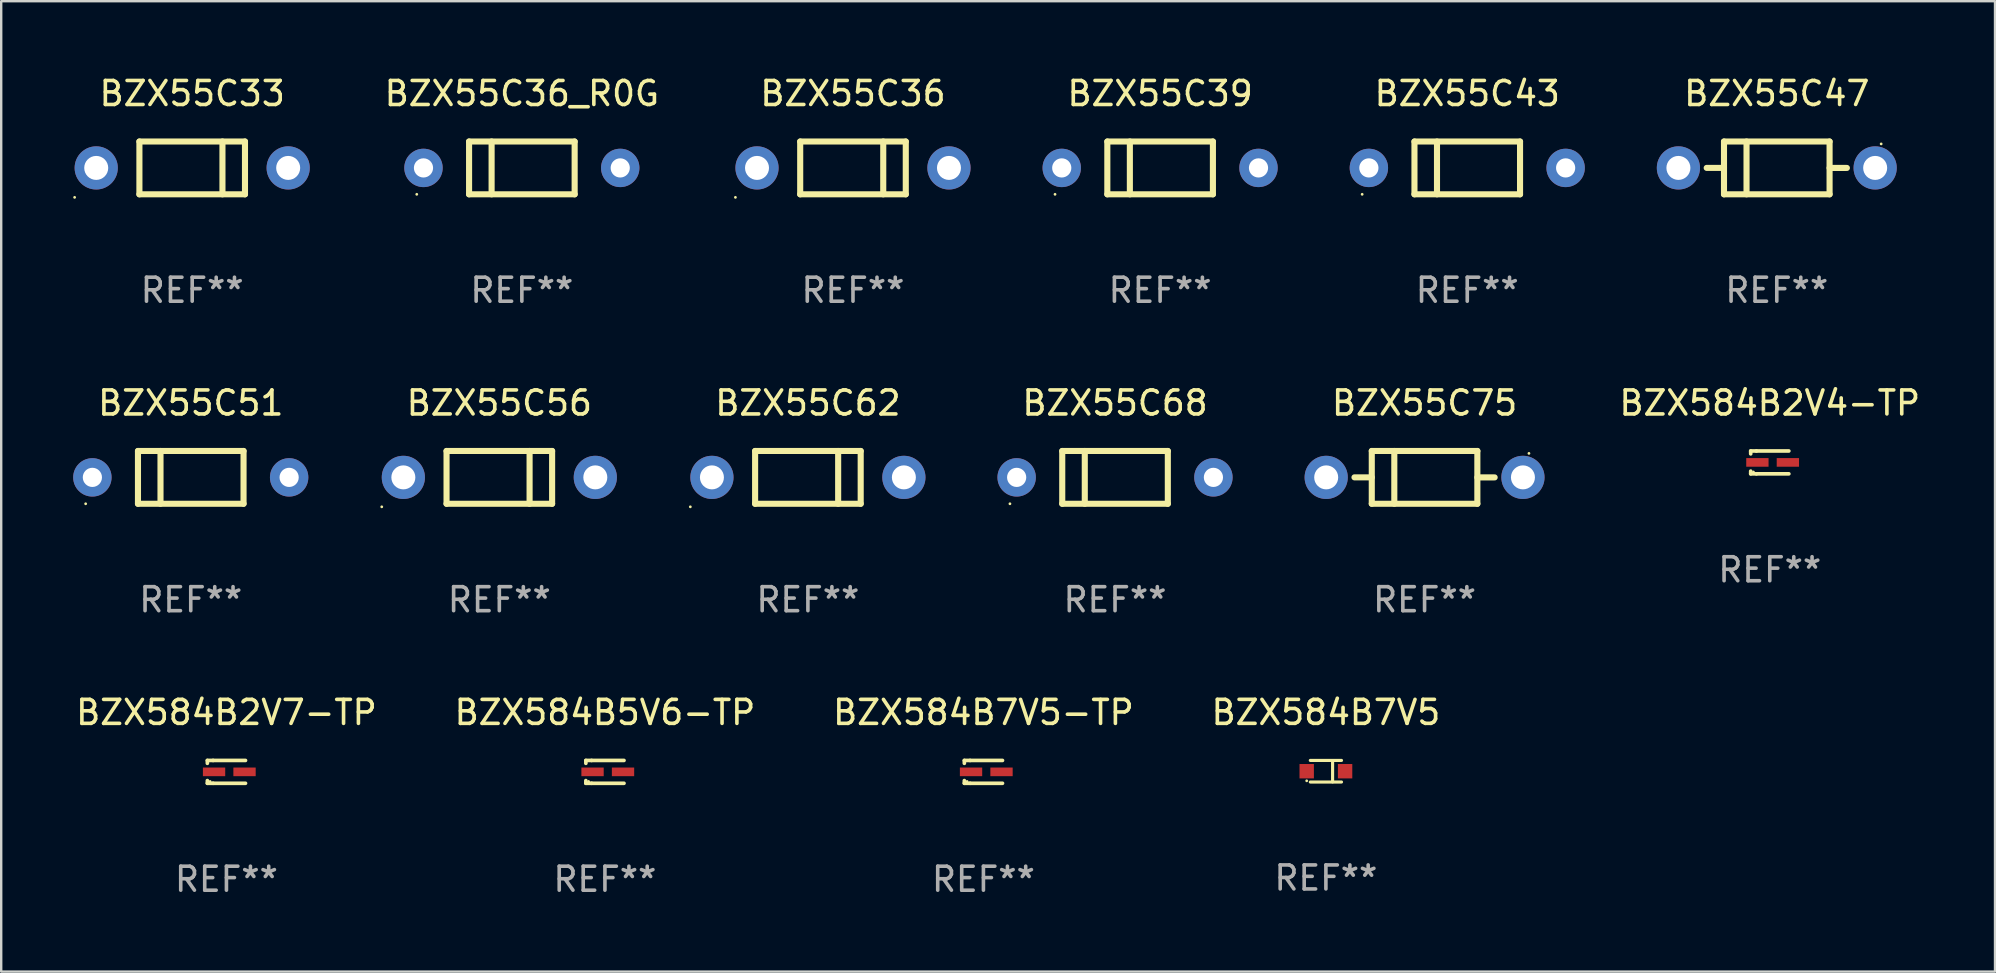
<source format=kicad_pcb>
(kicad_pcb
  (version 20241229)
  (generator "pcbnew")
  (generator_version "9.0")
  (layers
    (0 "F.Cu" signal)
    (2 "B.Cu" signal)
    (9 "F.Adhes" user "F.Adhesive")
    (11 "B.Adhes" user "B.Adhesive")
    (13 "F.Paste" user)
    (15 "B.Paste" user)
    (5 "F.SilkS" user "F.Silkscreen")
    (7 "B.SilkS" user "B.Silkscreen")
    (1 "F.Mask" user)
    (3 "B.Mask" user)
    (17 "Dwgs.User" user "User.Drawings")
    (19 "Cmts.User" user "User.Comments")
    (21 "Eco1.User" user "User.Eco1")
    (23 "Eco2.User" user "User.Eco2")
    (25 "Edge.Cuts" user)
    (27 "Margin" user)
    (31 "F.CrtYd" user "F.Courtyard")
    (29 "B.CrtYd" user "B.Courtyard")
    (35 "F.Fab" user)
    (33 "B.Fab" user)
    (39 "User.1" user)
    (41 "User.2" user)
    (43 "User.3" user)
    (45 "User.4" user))
  (footprint "BZX584B7V5"
    (layer "F.Cu")
    (at 52.208 29.091)
    (property "Reference" "BZX584B7V5" (at 0 -2.45 0) (layer "F.SilkS") (effects (font (size 1 1) (thickness 0.15))))
    (attr through_hole)
    (fp_line (start -0.65 -0.45) (end 0.65 -0.45) (stroke (width 0.13) (type solid)) (layer "F.SilkS"))
    (fp_line (start -0.65 0.45) (end 0.65 0.45) (stroke (width 0.13) (type solid)) (layer "F.SilkS"))
    (fp_line (start 0.279 -0.406) (end 0.279 0.444) (stroke (width 0.13) (type solid)) (layer "F.SilkS"))
    (fp_circle (center -0.8 0.4) (end -0.77 0.4) (stroke (width 0.06) (type solid)) (fill no) (layer "F.SilkS"))
    (fp_text user "REF**" (at 0 4.45 0) (layer "F.Fab") (effects (font (size 1 1) (thickness 0.15))))
    (pad "1" smd rect (at -0.8 0) (size 0.6 0.6) (layers "F.Cu" "F.Mask" "F.Paste"))
    (pad "2" smd rect (at 0.8 0 180) (size 0.6 0.6) (layers "F.Cu" "F.Mask" "F.Paste")))
  (footprint "BZX584B5V6-TP"
    (layer "F.Cu")
    (at 22.161 29.118)
    (property "Reference" "BZX584B5V6-TP" (at 0 -2.476 0) (layer "F.SilkS") (effects (font (size 1 1) (thickness 0.15))))
    (attr through_hole)
    (fp_line (start -0.795 -0.476) (end -0.795 -0.356) (stroke (width 0.152) (type solid)) (layer "F.SilkS"))
    (fp_line (start -0.795 0.363) (end -0.795 0.476) (stroke (width 0.152) (type solid)) (layer "F.SilkS"))
    (fp_line (start -0.795 0.476) (end -0.557 0.476) (stroke (width 0.152) (type solid)) (layer "F.SilkS"))
    (fp_line (start -0.557 -0.476) (end -0.795 -0.476) (stroke (width 0.152) (type solid)) (layer "F.SilkS"))
    (fp_line (start -0.557 -0.476) (end 0.795 -0.476) (stroke (width 0.152) (type solid)) (layer "F.SilkS"))
    (fp_line (start -0.557 0.476) (end 0.795 0.476) (stroke (width 0.152) (type solid)) (layer "F.SilkS"))
    (fp_circle (center -0.681 0.4) (end -0.651 0.4) (stroke (width 0.06) (type solid)) (fill no) (layer "F.SilkS"))
    (fp_text user "REF**" (at 0 4.476 0) (layer "F.Fab") (effects (font (size 1 1) (thickness 0.15))))
    (pad "1" smd rect (at -0.516 0 180) (size 0.93 0.36) (layers "F.Cu" "F.Mask" "F.Paste"))
    (pad "2" smd rect (at 0.754 0 180) (size 0.93 0.36) (layers "F.Cu" "F.Mask" "F.Paste")))
  (footprint "BZX55C75"
    (layer "F.Cu")
    (at 56.32 16.845)
    (property "Reference" "BZX55C75" (at 0 -3.1 0) (layer "F.SilkS") (effects (font (size 1 1) (thickness 0.15))))
    (attr through_hole)
    (fp_line (start -2.2 -1.1) (end -2.2 1.1) (stroke (width 0.254) (type solid)) (layer "F.SilkS"))
    (fp_line (start -2.2 -1.1) (end 2.2 -1.1) (stroke (width 0.254) (type solid)) (layer "F.SilkS"))
    (fp_line (start -2.2 -0.001) (end -2.921 -0.001) (stroke (width 0.254) (type solid)) (layer "F.SilkS"))
    (fp_line (start -2.2 1.1) (end 2.2 1.1) (stroke (width 0.254) (type solid)) (layer "F.SilkS"))
    (fp_line (start -1.261 -1.1) (end -1.261 1.1) (stroke (width 0.254) (type solid)) (layer "F.SilkS"))
    (fp_line (start 2.2 -1.1) (end 2.2 1.1) (stroke (width 0.254) (type solid)) (layer "F.SilkS"))
    (fp_line (start 2.2 0.001) (end 2.921 0.001) (stroke (width 0.254) (type solid)) (layer "F.SilkS"))
    (fp_circle (center 4.35 -1) (end 4.38 -1) (stroke (width 0.06) (type solid)) (fill no) (layer "F.SilkS"))
    (fp_text user "REF**" (at 0 5.1 0) (layer "F.Fab") (effects (font (size 1 1) (thickness 0.15))))
    (pad "1" thru_hole circle (at 4.1 0) (size 1.8 1.8) (drill 1) (layers "*.Cu" "*.Mask"))
    (pad "2" thru_hole circle (at -4.1 0) (size 1.8 1.8) (drill 1) (layers "*.Cu" "*.Mask")))
  (footprint "BZX584B2V4-TP"
    (layer "F.Cu")
    (at 70.707 16.221)
    (property "Reference" "BZX584B2V4-TP" (at 0 -2.476 0) (layer "F.SilkS") (effects (font (size 1 1) (thickness 0.15))))
    (attr through_hole)
    (fp_line (start -0.795 -0.476) (end -0.795 -0.356) (stroke (width 0.152) (type solid)) (layer "F.SilkS"))
    (fp_line (start -0.795 0.363) (end -0.795 0.476) (stroke (width 0.152) (type solid)) (layer "F.SilkS"))
    (fp_line (start -0.795 0.476) (end -0.557 0.476) (stroke (width 0.152) (type solid)) (layer "F.SilkS"))
    (fp_line (start -0.557 -0.476) (end -0.795 -0.476) (stroke (width 0.152) (type solid)) (layer "F.SilkS"))
    (fp_line (start -0.557 -0.476) (end 0.795 -0.476) (stroke (width 0.152) (type solid)) (layer "F.SilkS"))
    (fp_line (start -0.557 0.476) (end 0.795 0.476) (stroke (width 0.152) (type solid)) (layer "F.SilkS"))
    (fp_circle (center -0.681 0.4) (end -0.651 0.4) (stroke (width 0.06) (type solid)) (fill no) (layer "F.SilkS"))
    (fp_text user "REF**" (at 0 4.476 0) (layer "F.Fab") (effects (font (size 1 1) (thickness 0.15))))
    (pad "1" smd rect (at -0.516 0 180) (size 0.93 0.36) (layers "F.Cu" "F.Mask" "F.Paste"))
    (pad "2" smd rect (at 0.754 0 180) (size 0.93 0.36) (layers "F.Cu" "F.Mask" "F.Paste")))
  (footprint "BZX55C36"
    (layer "F.Cu")
    (at 32.499 3.948)
    (property "Reference" "BZX55C36" (at 0 -3.1 0) (layer "F.SilkS") (effects (font (size 1 1) (thickness 0.15))))
    (attr through_hole)
    (fp_line (start -2.2 1.1) (end -2.2 -1.1) (stroke (width 0.254) (type solid)) (layer "F.SilkS"))
    (fp_line (start 1.261 1.1) (end 1.261 -1.1) (stroke (width 0.254) (type solid)) (layer "F.SilkS"))
    (fp_line (start 2.2 -1.1) (end -2.2 -1.1) (stroke (width 0.254) (type solid)) (layer "F.SilkS"))
    (fp_line (start 2.2 1.1) (end -2.2 1.1) (stroke (width 0.254) (type solid)) (layer "F.SilkS"))
    (fp_line (start 2.2 1.1) (end 2.2 -1.1) (stroke (width 0.254) (type solid)) (layer "F.SilkS"))
    (fp_circle (center -4.9 1.227) (end -4.87 1.227) (stroke (width 0.06) (type solid)) (fill no) (layer "F.SilkS"))
    (fp_text user "REF**" (at 0 5.1 0) (layer "F.Fab") (effects (font (size 1 1) (thickness 0.15))))
    (pad "1" thru_hole circle (at -4 0) (size 1.8 1.8) (drill 1) (layers "*.Cu" "*.Mask"))
    (pad "2" thru_hole circle (at 4 0) (size 1.8 1.8) (drill 1) (layers "*.Cu" "*.Mask")))
  (footprint "BZX584B7V5-TP"
    (layer "F.Cu")
    (at 37.935 29.118)
    (property "Reference" "BZX584B7V5-TP" (at 0 -2.476 0) (layer "F.SilkS") (effects (font (size 1 1) (thickness 0.15))))
    (attr through_hole)
    (fp_line (start -0.795 -0.476) (end -0.795 -0.356) (stroke (width 0.152) (type solid)) (layer "F.SilkS"))
    (fp_line (start -0.795 0.363) (end -0.795 0.476) (stroke (width 0.152) (type solid)) (layer "F.SilkS"))
    (fp_line (start -0.795 0.476) (end -0.557 0.476) (stroke (width 0.152) (type solid)) (layer "F.SilkS"))
    (fp_line (start -0.557 -0.476) (end -0.795 -0.476) (stroke (width 0.152) (type solid)) (layer "F.SilkS"))
    (fp_line (start -0.557 -0.476) (end 0.795 -0.476) (stroke (width 0.152) (type solid)) (layer "F.SilkS"))
    (fp_line (start -0.557 0.476) (end 0.795 0.476) (stroke (width 0.152) (type solid)) (layer "F.SilkS"))
    (fp_circle (center -0.681 0.4) (end -0.651 0.4) (stroke (width 0.06) (type solid)) (fill no) (layer "F.SilkS"))
    (fp_text user "REF**" (at 0 4.476 0) (layer "F.Fab") (effects (font (size 1 1) (thickness 0.15))))
    (pad "1" smd rect (at -0.516 0 180) (size 0.93 0.36) (layers "F.Cu" "F.Mask" "F.Paste"))
    (pad "2" smd rect (at 0.754 0 180) (size 0.93 0.36) (layers "F.Cu" "F.Mask" "F.Paste")))
  (footprint "BZX55C56"
    (layer "F.Cu")
    (at 17.76 16.845)
    (property "Reference" "BZX55C56" (at 0 -3.1 0) (layer "F.SilkS") (effects (font (size 1 1) (thickness 0.15))))
    (attr through_hole)
    (fp_line (start -2.2 1.1) (end -2.2 -1.1) (stroke (width 0.254) (type solid)) (layer "F.SilkS"))
    (fp_line (start 1.261 1.1) (end 1.261 -1.1) (stroke (width 0.254) (type solid)) (layer "F.SilkS"))
    (fp_line (start 2.2 -1.1) (end -2.2 -1.1) (stroke (width 0.254) (type solid)) (layer "F.SilkS"))
    (fp_line (start 2.2 1.1) (end -2.2 1.1) (stroke (width 0.254) (type solid)) (layer "F.SilkS"))
    (fp_line (start 2.2 1.1) (end 2.2 -1.1) (stroke (width 0.254) (type solid)) (layer "F.SilkS"))
    (fp_circle (center -4.9 1.227) (end -4.87 1.227) (stroke (width 0.06) (type solid)) (fill no) (layer "F.SilkS"))
    (fp_text user "REF**" (at 0 5.1 0) (layer "F.Fab") (effects (font (size 1 1) (thickness 0.15))))
    (pad "1" thru_hole circle (at -4 0) (size 1.8 1.8) (drill 1) (layers "*.Cu" "*.Mask"))
    (pad "2" thru_hole circle (at 4 0) (size 1.8 1.8) (drill 1) (layers "*.Cu" "*.Mask")))
  (footprint "BZX55C43"
    (layer "F.Cu")
    (at 58.099 3.948)
    (property "Reference" "BZX55C43" (at 0 -3.1 0) (layer "F.SilkS") (effects (font (size 1 1) (thickness 0.15))))
    (attr through_hole)
    (fp_line (start -2.2 -1.1) (end -2.2 1.1) (stroke (width 0.254) (type solid)) (layer "F.SilkS"))
    (fp_line (start -2.2 -1.1) (end 2.2 -1.1) (stroke (width 0.254) (type solid)) (layer "F.SilkS"))
    (fp_line (start -2.2 1.1) (end 2.2 1.1) (stroke (width 0.254) (type solid)) (layer "F.SilkS"))
    (fp_line (start -1.261 -1.1) (end -1.261 1.1) (stroke (width 0.254) (type solid)) (layer "F.SilkS"))
    (fp_line (start 2.2 -1.1) (end 2.2 1.1) (stroke (width 0.254) (type solid)) (layer "F.SilkS"))
    (fp_circle (center -4.38 1.1) (end -4.35 1.1) (stroke (width 0.06) (type solid)) (fill no) (layer "F.SilkS"))
    (fp_text user "REF**" (at 0 5.1 0) (layer "F.Fab") (effects (font (size 1 1) (thickness 0.15))))
    (pad "1" thru_hole circle (at -4.1 0) (size 1.6 1.6) (drill 0.8) (layers "*.Cu" "*.Mask"))
    (pad "2" thru_hole circle (at 4.1 0) (size 1.6 1.6) (drill 0.8) (layers "*.Cu" "*.Mask")))
  (footprint "BZX55C68"
    (layer "F.Cu")
    (at 43.42 16.845)
    (property "Reference" "BZX55C68" (at 0 -3.1 0) (layer "F.SilkS") (effects (font (size 1 1) (thickness 0.15))))
    (attr through_hole)
    (fp_line (start -2.2 -1.1) (end -2.2 1.1) (stroke (width 0.254) (type solid)) (layer "F.SilkS"))
    (fp_line (start -2.2 -1.1) (end 2.2 -1.1) (stroke (width 0.254) (type solid)) (layer "F.SilkS"))
    (fp_line (start -2.2 1.1) (end 2.2 1.1) (stroke (width 0.254) (type solid)) (layer "F.SilkS"))
    (fp_line (start -1.261 -1.1) (end -1.261 1.1) (stroke (width 0.254) (type solid)) (layer "F.SilkS"))
    (fp_line (start 2.2 -1.1) (end 2.2 1.1) (stroke (width 0.254) (type solid)) (layer "F.SilkS"))
    (fp_circle (center -4.38 1.1) (end -4.35 1.1) (stroke (width 0.06) (type solid)) (fill no) (layer "F.SilkS"))
    (fp_text user "REF**" (at 0 5.1 0) (layer "F.Fab") (effects (font (size 1 1) (thickness 0.15))))
    (pad "1" thru_hole circle (at -4.1 0) (size 1.6 1.6) (drill 0.8) (layers "*.Cu" "*.Mask"))
    (pad "2" thru_hole circle (at 4.1 0) (size 1.6 1.6) (drill 0.8) (layers "*.Cu" "*.Mask")))
  (footprint "BZX55C51"
    (layer "F.Cu")
    (at 4.9 16.845)
    (property "Reference" "BZX55C51" (at 0 -3.1 0) (layer "F.SilkS") (effects (font (size 1 1) (thickness 0.15))))
    (attr through_hole)
    (fp_line (start -2.2 -1.1) (end -2.2 1.1) (stroke (width 0.254) (type solid)) (layer "F.SilkS"))
    (fp_line (start -2.2 -1.1) (end 2.2 -1.1) (stroke (width 0.254) (type solid)) (layer "F.SilkS"))
    (fp_line (start -2.2 1.1) (end 2.2 1.1) (stroke (width 0.254) (type solid)) (layer "F.SilkS"))
    (fp_line (start -1.261 -1.1) (end -1.261 1.1) (stroke (width 0.254) (type solid)) (layer "F.SilkS"))
    (fp_line (start 2.2 -1.1) (end 2.2 1.1) (stroke (width 0.254) (type solid)) (layer "F.SilkS"))
    (fp_circle (center -4.38 1.1) (end -4.35 1.1) (stroke (width 0.06) (type solid)) (fill no) (layer "F.SilkS"))
    (fp_text user "REF**" (at 0 5.1 0) (layer "F.Fab") (effects (font (size 1 1) (thickness 0.15))))
    (pad "1" thru_hole circle (at -4.1 0) (size 1.6 1.6) (drill 0.8) (layers "*.Cu" "*.Mask"))
    (pad "2" thru_hole circle (at 4.1 0) (size 1.6 1.6) (drill 0.8) (layers "*.Cu" "*.Mask")))
  (footprint "BZX55C39"
    (layer "F.Cu")
    (at 45.299 3.948)
    (property "Reference" "BZX55C39" (at 0 -3.1 0) (layer "F.SilkS") (effects (font (size 1 1) (thickness 0.15))))
    (attr through_hole)
    (fp_line (start -2.2 -1.1) (end -2.2 1.1) (stroke (width 0.254) (type solid)) (layer "F.SilkS"))
    (fp_line (start -2.2 -1.1) (end 2.2 -1.1) (stroke (width 0.254) (type solid)) (layer "F.SilkS"))
    (fp_line (start -2.2 1.1) (end 2.2 1.1) (stroke (width 0.254) (type solid)) (layer "F.SilkS"))
    (fp_line (start -1.261 -1.1) (end -1.261 1.1) (stroke (width 0.254) (type solid)) (layer "F.SilkS"))
    (fp_line (start 2.2 -1.1) (end 2.2 1.1) (stroke (width 0.254) (type solid)) (layer "F.SilkS"))
    (fp_circle (center -4.38 1.1) (end -4.35 1.1) (stroke (width 0.06) (type solid)) (fill no) (layer "F.SilkS"))
    (fp_text user "REF**" (at 0 5.1 0) (layer "F.Fab") (effects (font (size 1 1) (thickness 0.15))))
    (pad "1" thru_hole circle (at -4.1 0) (size 1.6 1.6) (drill 0.8) (layers "*.Cu" "*.Mask"))
    (pad "2" thru_hole circle (at 4.1 0) (size 1.6 1.6) (drill 0.8) (layers "*.Cu" "*.Mask")))
  (footprint "BZX55C62"
    (layer "F.Cu")
    (at 30.62 16.845)
    (property "Reference" "BZX55C62" (at 0 -3.1 0) (layer "F.SilkS") (effects (font (size 1 1) (thickness 0.15))))
    (attr through_hole)
    (fp_line (start -2.2 1.1) (end -2.2 -1.1) (stroke (width 0.254) (type solid)) (layer "F.SilkS"))
    (fp_line (start 1.261 1.1) (end 1.261 -1.1) (stroke (width 0.254) (type solid)) (layer "F.SilkS"))
    (fp_line (start 2.2 -1.1) (end -2.2 -1.1) (stroke (width 0.254) (type solid)) (layer "F.SilkS"))
    (fp_line (start 2.2 1.1) (end -2.2 1.1) (stroke (width 0.254) (type solid)) (layer "F.SilkS"))
    (fp_line (start 2.2 1.1) (end 2.2 -1.1) (stroke (width 0.254) (type solid)) (layer "F.SilkS"))
    (fp_circle (center -4.9 1.227) (end -4.87 1.227) (stroke (width 0.06) (type solid)) (fill no) (layer "F.SilkS"))
    (fp_text user "REF**" (at 0 5.1 0) (layer "F.Fab") (effects (font (size 1 1) (thickness 0.15))))
    (pad "1" thru_hole circle (at -4 0) (size 1.8 1.8) (drill 1) (layers "*.Cu" "*.Mask"))
    (pad "2" thru_hole circle (at 4 0) (size 1.8 1.8) (drill 1) (layers "*.Cu" "*.Mask")))
  (footprint "BZX584B2V7-TP"
    (layer "F.Cu")
    (at 6.387 29.118)
    (property "Reference" "BZX584B2V7-TP" (at 0 -2.476 0) (layer "F.SilkS") (effects (font (size 1 1) (thickness 0.15))))
    (attr through_hole)
    (fp_line (start -0.795 -0.476) (end -0.795 -0.356) (stroke (width 0.152) (type solid)) (layer "F.SilkS"))
    (fp_line (start -0.795 0.363) (end -0.795 0.476) (stroke (width 0.152) (type solid)) (layer "F.SilkS"))
    (fp_line (start -0.795 0.476) (end -0.557 0.476) (stroke (width 0.152) (type solid)) (layer "F.SilkS"))
    (fp_line (start -0.557 -0.476) (end -0.795 -0.476) (stroke (width 0.152) (type solid)) (layer "F.SilkS"))
    (fp_line (start -0.557 -0.476) (end 0.795 -0.476) (stroke (width 0.152) (type solid)) (layer "F.SilkS"))
    (fp_line (start -0.557 0.476) (end 0.795 0.476) (stroke (width 0.152) (type solid)) (layer "F.SilkS"))
    (fp_circle (center -0.681 0.4) (end -0.651 0.4) (stroke (width 0.06) (type solid)) (fill no) (layer "F.SilkS"))
    (fp_text user "REF**" (at 0 4.476 0) (layer "F.Fab") (effects (font (size 1 1) (thickness 0.15))))
    (pad "1" smd rect (at -0.516 0 180) (size 0.93 0.36) (layers "F.Cu" "F.Mask" "F.Paste"))
    (pad "2" smd rect (at 0.754 0 180) (size 0.93 0.36) (layers "F.Cu" "F.Mask" "F.Paste")))
  (footprint "BZX55C36_R0G"
    (layer "F.Cu")
    (at 18.699 3.948)
    (property "Reference" "BZX55C36_R0G" (at 0 -3.1 0) (layer "F.SilkS") (effects (font (size 1 1) (thickness 0.15))))
    (attr through_hole)
    (fp_line (start -2.2 -1.1) (end -2.2 1.1) (stroke (width 0.254) (type solid)) (layer "F.SilkS"))
    (fp_line (start -2.2 -1.1) (end 2.2 -1.1) (stroke (width 0.254) (type solid)) (layer "F.SilkS"))
    (fp_line (start -2.2 1.1) (end 2.2 1.1) (stroke (width 0.254) (type solid)) (layer "F.SilkS"))
    (fp_line (start -1.261 -1.1) (end -1.261 1.1) (stroke (width 0.254) (type solid)) (layer "F.SilkS"))
    (fp_line (start 2.2 -1.1) (end 2.2 1.1) (stroke (width 0.254) (type solid)) (layer "F.SilkS"))
    (fp_circle (center -4.38 1.1) (end -4.35 1.1) (stroke (width 0.06) (type solid)) (fill no) (layer "F.SilkS"))
    (fp_text user "REF**" (at 0 5.1 0) (layer "F.Fab") (effects (font (size 1 1) (thickness 0.15))))
    (pad "1" thru_hole circle (at -4.1 0) (size 1.6 1.6) (drill 0.8) (layers "*.Cu" "*.Mask"))
    (pad "2" thru_hole circle (at 4.1 0) (size 1.6 1.6) (drill 0.8) (layers "*.Cu" "*.Mask")))
  (footprint "BZX55C47"
    (layer "F.Cu")
    (at 70.999 3.948)
    (property "Reference" "BZX55C47" (at 0 -3.1 0) (layer "F.SilkS") (effects (font (size 1 1) (thickness 0.15))))
    (attr through_hole)
    (fp_line (start -2.2 -1.1) (end -2.2 1.1) (stroke (width 0.254) (type solid)) (layer "F.SilkS"))
    (fp_line (start -2.2 -1.1) (end 2.2 -1.1) (stroke (width 0.254) (type solid)) (layer "F.SilkS"))
    (fp_line (start -2.2 -0.001) (end -2.921 -0.001) (stroke (width 0.254) (type solid)) (layer "F.SilkS"))
    (fp_line (start -2.2 1.1) (end 2.2 1.1) (stroke (width 0.254) (type solid)) (layer "F.SilkS"))
    (fp_line (start -1.261 -1.1) (end -1.261 1.1) (stroke (width 0.254) (type solid)) (layer "F.SilkS"))
    (fp_line (start 2.2 -1.1) (end 2.2 1.1) (stroke (width 0.254) (type solid)) (layer "F.SilkS"))
    (fp_line (start 2.2 0.001) (end 2.921 0.001) (stroke (width 0.254) (type solid)) (layer "F.SilkS"))
    (fp_circle (center 4.35 -1) (end 4.38 -1) (stroke (width 0.06) (type solid)) (fill no) (layer "F.SilkS"))
    (fp_text user "REF**" (at 0 5.1 0) (layer "F.Fab") (effects (font (size 1 1) (thickness 0.15))))
    (pad "1" thru_hole circle (at 4.1 0) (size 1.8 1.8) (drill 1) (layers "*.Cu" "*.Mask"))
    (pad "2" thru_hole circle (at -4.1 0) (size 1.8 1.8) (drill 1) (layers "*.Cu" "*.Mask")))
  (footprint "BZX55C33"
    (layer "F.Cu")
    (at 4.96 3.948)
    (property "Reference" "BZX55C33" (at 0 -3.1 0) (layer "F.SilkS") (effects (font (size 1 1) (thickness 0.15))))
    (attr through_hole)
    (fp_line (start -2.2 1.1) (end -2.2 -1.1) (stroke (width 0.254) (type solid)) (layer "F.SilkS"))
    (fp_line (start 1.261 1.1) (end 1.261 -1.1) (stroke (width 0.254) (type solid)) (layer "F.SilkS"))
    (fp_line (start 2.2 -1.1) (end -2.2 -1.1) (stroke (width 0.254) (type solid)) (layer "F.SilkS"))
    (fp_line (start 2.2 1.1) (end -2.2 1.1) (stroke (width 0.254) (type solid)) (layer "F.SilkS"))
    (fp_line (start 2.2 1.1) (end 2.2 -1.1) (stroke (width 0.254) (type solid)) (layer "F.SilkS"))
    (fp_circle (center -4.9 1.227) (end -4.87 1.227) (stroke (width 0.06) (type solid)) (fill no) (layer "F.SilkS"))
    (fp_text user "REF**" (at 0 5.1 0) (layer "F.Fab") (effects (font (size 1 1) (thickness 0.15))))
    (pad "1" thru_hole circle (at -4 0) (size 1.8 1.8) (drill 1) (layers "*.Cu" "*.Mask"))
    (pad "2" thru_hole circle (at 4 0) (size 1.8 1.8) (drill 1) (layers "*.Cu" "*.Mask")))
  (gr_rect
    (start -3 -3)
    (end 80.094 37.442)
    (stroke (width 0.1) (type default))
    (fill no)
    (layer "Edge.Cuts")))
</source>
